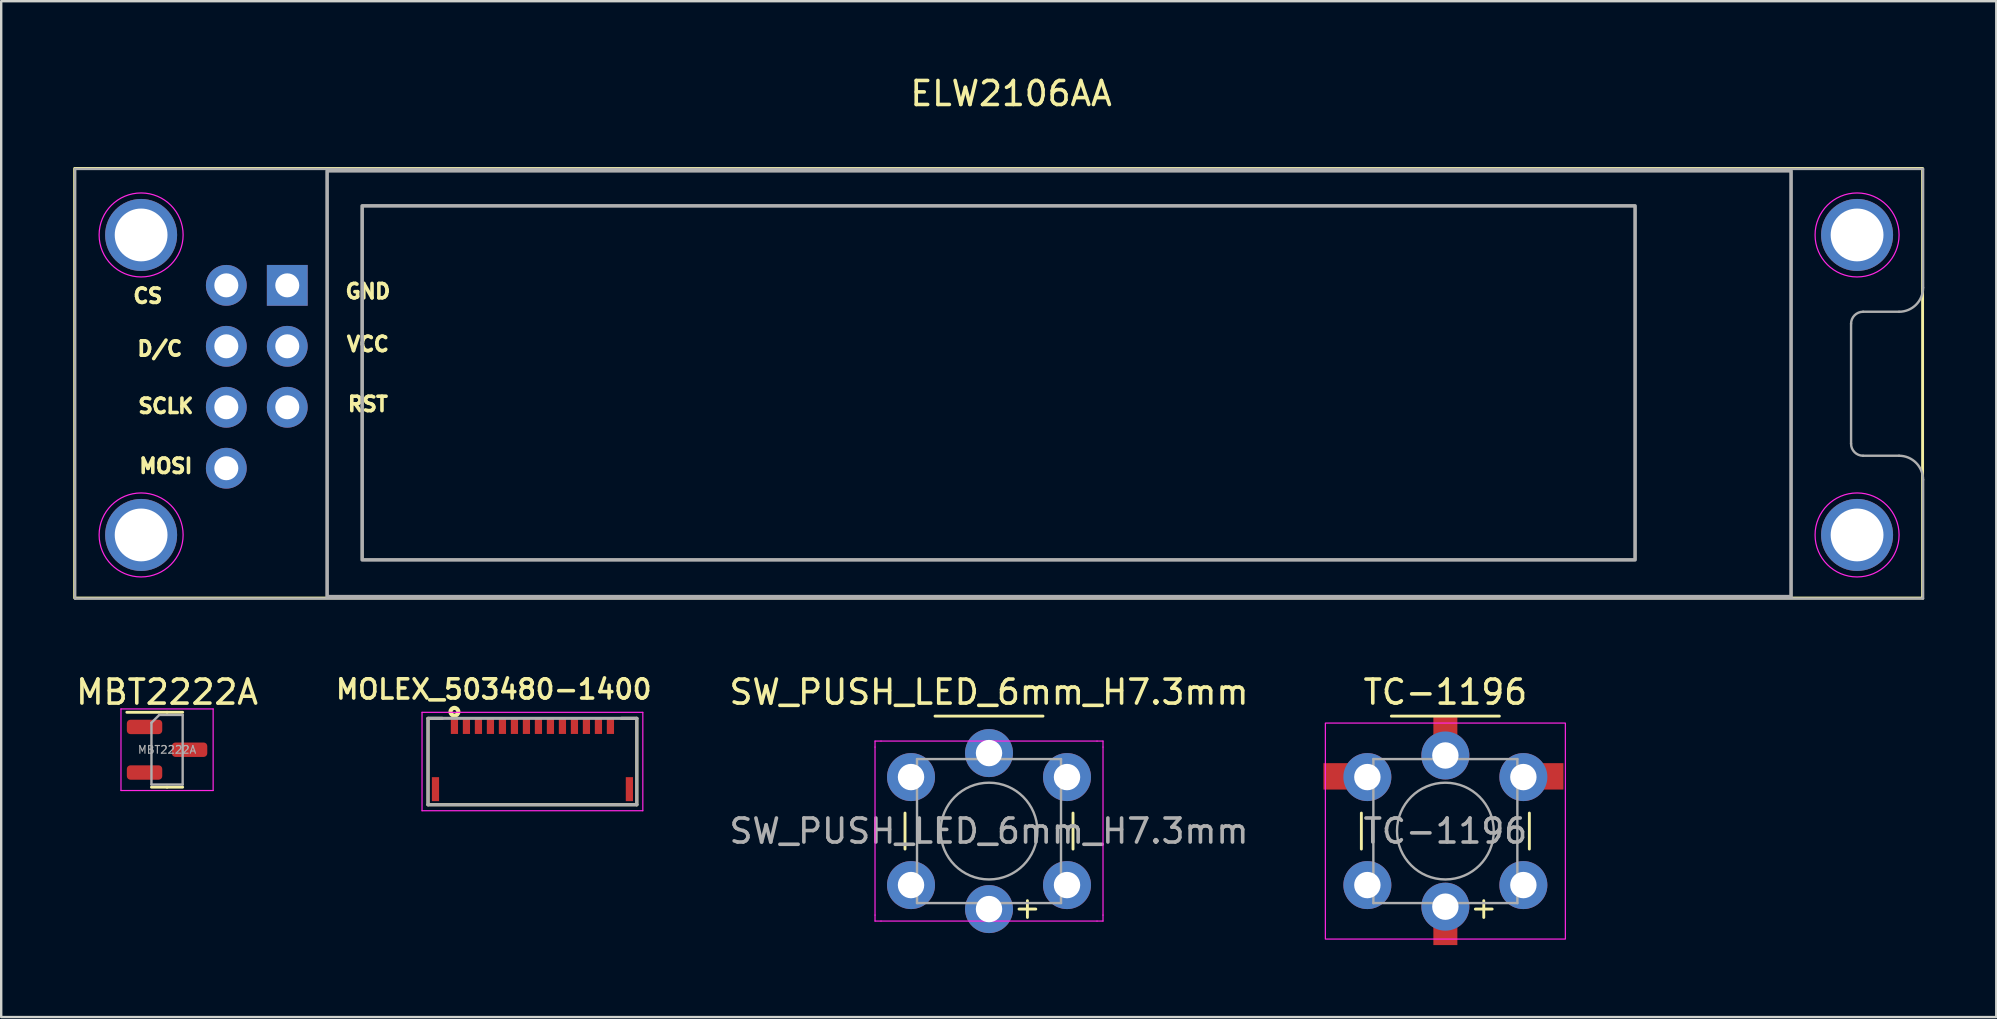
<source format=kicad_pcb>
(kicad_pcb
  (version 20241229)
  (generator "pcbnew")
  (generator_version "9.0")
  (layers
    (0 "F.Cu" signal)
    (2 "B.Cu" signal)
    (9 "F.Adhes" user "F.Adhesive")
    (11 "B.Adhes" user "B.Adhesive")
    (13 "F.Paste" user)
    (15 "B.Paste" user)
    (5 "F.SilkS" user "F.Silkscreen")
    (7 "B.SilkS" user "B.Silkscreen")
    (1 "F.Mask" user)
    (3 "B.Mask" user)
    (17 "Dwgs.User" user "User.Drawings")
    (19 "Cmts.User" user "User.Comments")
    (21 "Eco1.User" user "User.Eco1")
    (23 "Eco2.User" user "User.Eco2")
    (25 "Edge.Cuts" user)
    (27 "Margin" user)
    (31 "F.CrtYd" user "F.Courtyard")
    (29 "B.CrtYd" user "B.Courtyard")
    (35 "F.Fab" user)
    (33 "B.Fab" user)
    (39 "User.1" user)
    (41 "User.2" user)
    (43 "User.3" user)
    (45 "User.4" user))
  (footprint "ELW2106AA"
    (layer "F.Cu")
    (at 38.56 3.99)
    (property "Reference" "ELW2106AA" (at 0.52 -3.142 0) (layer "F.SilkS") (effects (font (size 1 1) (thickness 0.15))))
    (attr through_hole)
    (fp_rect (start -38.5 -0.022) (end 38.5 17.878) (stroke (width 0.12) (type solid)) (fill no) (layer "F.SilkS"))
    (fp_circle (center -35.73 2.75) (end -33.98 2.75) (stroke (width 0.05) (type solid)) (fill no) (layer "F.CrtYd"))
    (fp_circle (center -35.73 15.25) (end -33.98 15.25) (stroke (width 0.05) (type solid)) (fill no) (layer "F.CrtYd"))
    (fp_circle (center 35.77 2.75) (end 37.52 2.75) (stroke (width 0.05) (type solid)) (fill no) (layer "F.CrtYd"))
    (fp_circle (center 35.77 15.25) (end 37.52 15.25) (stroke (width 0.05) (type solid)) (fill no) (layer "F.CrtYd"))
    (fp_line (start -38.48 0) (end 38.52 0) (stroke (width 0.1) (type solid)) (layer "F.Fab"))
    (fp_line (start -38.48 17.9) (end -38.48 0) (stroke (width 0.1) (type solid)) (layer "F.Fab"))
    (fp_line (start 35.52 6.45) (end 35.52 11.45) (stroke (width 0.1) (type solid)) (layer "F.Fab"))
    (fp_line (start 36.02 5.95) (end 37.52 5.95) (stroke (width 0.1) (type solid)) (layer "F.Fab"))
    (fp_line (start 36.02 11.95) (end 37.52 11.95) (stroke (width 0.1) (type solid)) (layer "F.Fab"))
    (fp_line (start 38.52 4.95) (end 38.52 0) (stroke (width 0.1) (type solid)) (layer "F.Fab"))
    (fp_line (start 38.52 17.9) (end -38.48 17.9) (stroke (width 0.1) (type solid)) (layer "F.Fab"))
    (fp_line (start 38.52 17.9) (end 38.52 12.95) (stroke (width 0.1) (type solid)) (layer "F.Fab"))
    (fp_rect (start 26.52 16.288) (end -26.52 1.538) (stroke (width 0.15) (type solid)) (fill no) (layer "F.Fab"))
    (fp_rect (start 33.02 17.822) (end -27.98 0.078) (stroke (width 0.15) (type solid)) (fill no) (layer "F.Fab"))
    (fp_arc (start 35.52 6.45) (mid 35.666447 6.096447) (end 36.02 5.95) (stroke (width 0.1) (type solid)) (layer "F.Fab"))
    (fp_arc (start 36.02 11.95) (mid 35.666447 11.803553) (end 35.52 11.45) (stroke (width 0.1) (type solid)) (layer "F.Fab"))
    (fp_arc (start 37.52 11.95) (mid 38.227106 12.242894) (end 38.52 12.95) (stroke (width 0.1) (type solid)) (layer "F.Fab"))
    (fp_arc (start 38.52 4.95) (mid 38.227106 5.657106) (end 37.52 5.95) (stroke (width 0.1) (type solid)) (layer "F.Fab"))
    (fp_text user "VCC" (at -26.28 7.3 0) (layer "F.SilkS") (effects (font (size 0.6 0.6) (thickness 0.25))))
    (fp_text user "RST" (at -26.28 9.8 0) (layer "F.SilkS") (effects (font (size 0.6 0.6) (thickness 0.25))))
    (fp_text user "GND" (at -26.28 5.1 0) (layer "F.SilkS") (effects (font (size 0.6 0.6) (thickness 0.25))))
    (fp_text user "CS" (at -35.45 5.29 0) (layer "F.SilkS") (effects (font (size 0.6 0.6) (thickness 0.25))))
    (fp_text user "SCLK\n" (at -34.7 9.878 0) (layer "F.SilkS") (effects (font (size 0.6 0.6) (thickness 0.25))))
    (fp_text user "D/C\n" (at -34.95 7.49 0) (layer "F.SilkS") (effects (font (size 0.6 0.6) (thickness 0.25))))
    (fp_text user "MOSI\n" (at -34.7 12.378 0) (layer "F.SilkS") (effects (font (size 0.6 0.6) (thickness 0.25))))
    (pad "" np_thru_hole circle (at -35.73 2.75 180) (size 3 3) (drill 2.2) (layers "*.Cu" "*.Mask"))
    (pad "" np_thru_hole circle (at -35.73 15.25 180) (size 3 3) (drill 2.2) (layers "*.Cu" "*.Mask"))
    (pad "" np_thru_hole circle (at 35.77 2.75 180) (size 3 3) (drill 2.2) (layers "*.Cu" "*.Mask"))
    (pad "" np_thru_hole circle (at 35.77 15.25 180) (size 3 3) (drill 2.2) (layers "*.Cu" "*.Mask"))
    (pad "1" thru_hole rect (at -29.64 4.85) (size 1.7 1.7) (drill 1) (layers "*.Cu" "*.Mask"))
    (pad "2" thru_hole oval (at -29.64 7.39) (size 1.7 1.7) (drill 1) (layers "*.Cu" "*.Mask"))
    (pad "3" thru_hole oval (at -29.64 9.93) (size 1.7 1.7) (drill 1) (layers "*.Cu" "*.Mask"))
    (pad "4" thru_hole oval (at -32.18 4.85) (size 1.7 1.7) (drill 1) (layers "*.Cu" "*.Mask"))
    (pad "5" thru_hole oval (at -32.18 7.39) (size 1.7 1.7) (drill 1) (layers "*.Cu" "*.Mask"))
    (pad "6" thru_hole oval (at -32.18 9.93) (size 1.7 1.7) (drill 1) (layers "*.Cu" "*.Mask"))
    (pad "7" thru_hole oval (at -32.18 12.47) (size 1.7 1.7) (drill 1) (layers "*.Cu" "*.Mask")))
  (footprint "MBT2222A"
    (layer "F.Cu")
    (at 3.911 28.189)
    (property "Reference" "MBT2222A" (at 0 -2.4 0) (layer "F.SilkS") (effects (font (size 1 1) (thickness 0.15))))
    (attr smd)
    (fp_line (start 0 -1.56) (end -1.675 -1.56) (stroke (width 0.12) (type solid)) (layer "F.SilkS"))
    (fp_line (start 0 -1.56) (end 0.65 -1.56) (stroke (width 0.12) (type solid)) (layer "F.SilkS"))
    (fp_line (start 0 1.56) (end -0.65 1.56) (stroke (width 0.12) (type solid)) (layer "F.SilkS"))
    (fp_line (start 0 1.56) (end 0.65 1.56) (stroke (width 0.12) (type solid)) (layer "F.SilkS"))
    (fp_line (start -1.92 -1.7) (end -1.92 1.7) (stroke (width 0.05) (type solid)) (layer "F.CrtYd"))
    (fp_line (start -1.92 1.7) (end 1.92 1.7) (stroke (width 0.05) (type solid)) (layer "F.CrtYd"))
    (fp_line (start 1.92 -1.7) (end -1.92 -1.7) (stroke (width 0.05) (type solid)) (layer "F.CrtYd"))
    (fp_line (start 1.92 1.7) (end 1.92 -1.7) (stroke (width 0.05) (type solid)) (layer "F.CrtYd"))
    (fp_line (start -0.65 -1.125) (end -0.325 -1.45) (stroke (width 0.1) (type solid)) (layer "F.Fab"))
    (fp_line (start -0.65 1.45) (end -0.65 -1.125) (stroke (width 0.1) (type solid)) (layer "F.Fab"))
    (fp_line (start -0.325 -1.45) (end 0.65 -1.45) (stroke (width 0.1) (type solid)) (layer "F.Fab"))
    (fp_line (start 0.65 -1.45) (end 0.65 1.45) (stroke (width 0.1) (type solid)) (layer "F.Fab"))
    (fp_line (start 0.65 1.45) (end -0.65 1.45) (stroke (width 0.1) (type solid)) (layer "F.Fab"))
    (fp_text user "${REFERENCE}" (at 0 0 0) (layer "F.Fab") (effects (font (size 0.32 0.32) (thickness 0.05))))
    (pad "1" smd roundrect (at -0.938 0.95) (size 1.475 0.6) (layers "F.Cu" "F.Mask" "F.Paste") (roundrect_rratio 0.25))
    (pad "2" smd roundrect (at -0.938 -0.95) (size 1.475 0.6) (layers "F.Cu" "F.Mask" "F.Paste") (roundrect_rratio 0.25))
    (pad "3" smd roundrect (at 0.938 0) (size 1.475 0.6) (layers "F.Cu" "F.Mask" "F.Paste") (roundrect_rratio 0.25)))
  (footprint "TC-1196"
    (layer "F.Cu")
    (at 57.175 31.579)
    (property "Reference" "TC-1196" (at 0 -5.79 0) (layer "F.SilkS") (effects (font (size 1 1) (thickness 0.15))))
    (attr through_hole)
    (fp_line (start -3.5 -0.75) (end -3.5 0.75) (stroke (width 0.12) (type solid)) (layer "F.SilkS"))
    (fp_line (start 1.25 3.25) (end 1.95 3.25) (stroke (width 0.12) (type solid)) (layer "F.SilkS"))
    (fp_line (start 1.6 3.6) (end 1.6 2.9) (stroke (width 0.12) (type solid)) (layer "F.SilkS"))
    (fp_line (start 2.25 -4.79) (end -2.25 -4.79) (stroke (width 0.12) (type solid)) (layer "F.SilkS"))
    (fp_line (start 3.5 0.75) (end 3.5 -0.75) (stroke (width 0.12) (type solid)) (layer "F.SilkS"))
    (fp_poly (pts (xy -5 -4.5) (xy -5 4.5) (xy 5 4.5) (xy 5 -4.5)) (stroke (width 0.05) (type solid)) (fill no) (layer "F.CrtYd"))
    (fp_line (start -3 3) (end -3 -3) (stroke (width 0.1) (type solid)) (layer "F.Fab"))
    (fp_line (start 3 -3) (end -3 -3) (stroke (width 0.1) (type solid)) (layer "F.Fab"))
    (fp_line (start 3 -3) (end 3 3) (stroke (width 0.1) (type solid)) (layer "F.Fab"))
    (fp_line (start 3 3) (end -3 3) (stroke (width 0.1) (type solid)) (layer "F.Fab"))
    (fp_circle (center 0 0) (end -2 0.25) (stroke (width 0.1) (type solid)) (fill no) (layer "F.Fab"))
    (fp_text user "${REFERENCE}" (at 0 0 0) (layer "F.Fab") (effects (font (size 1 1) (thickness 0.15))))
    (pad "1" smd rect (at -4.18 -2.28 180) (size 1.8 1.1) (layers "F.Cu" "F.Mask" "F.Paste"))
    (pad "1" thru_hole circle (at -3.25 -2.25 90) (size 2 2) (drill 1.1) (layers "*.Cu" "*.Mask"))
    (pad "1" thru_hole circle (at 3.25 -2.25 90) (size 2 2) (drill 1.1) (layers "*.Cu" "*.Mask"))
    (pad "2" thru_hole circle (at -3.25 2.25 90) (size 2 2) (drill 1.1) (layers "*.Cu" "*.Mask"))
    (pad "2" thru_hole circle (at 3.25 2.25 90) (size 2 2) (drill 1.1) (layers "*.Cu" "*.Mask"))
    (pad "2" smd rect (at 4.02 -2.28 180) (size 1.8 1.1) (layers "F.Cu" "F.Mask" "F.Paste"))
    (pad "3" smd rect (at 0 -4.25 90) (size 1 1) (layers "F.Cu" "F.Mask" "F.Paste"))
    (pad "3" thru_hole circle (at 0 -3.15 90) (size 2 2) (drill 1.1) (layers "*.Cu" "*.Mask"))
    (pad "4" thru_hole circle (at 0 3.15 90) (size 2 2) (drill 1.1) (layers "*.Cu" "*.Mask"))
    (pad "4" smd rect (at 0 4.25 90) (size 1 1) (layers "F.Cu" "F.Mask" "F.Paste")))
  (footprint "SW_PUSH_LED_6mm_H7.3mm"
    (layer "F.Cu")
    (at 34.91 29.329)
    (property "Reference" "SW_PUSH_LED_6mm_H7.3mm" (at 3.25 -3.54 0) (layer "F.SilkS") (effects (font (size 1 1) (thickness 0.15))))
    (attr through_hole)
    (fp_line (start -0.25 1.5) (end -0.25 3) (stroke (width 0.12) (type solid)) (layer "F.SilkS"))
    (fp_line (start 4.5 5.5) (end 5.2 5.5) (stroke (width 0.12) (type solid)) (layer "F.SilkS"))
    (fp_line (start 4.85 5.85) (end 4.85 5.15) (stroke (width 0.12) (type solid)) (layer "F.SilkS"))
    (fp_line (start 5.5 -2.54) (end 1 -2.54) (stroke (width 0.12) (type solid)) (layer "F.SilkS"))
    (fp_line (start 6.75 3) (end 6.75 1.5) (stroke (width 0.12) (type solid)) (layer "F.SilkS"))
    (fp_line (start -1.5 -1.5) (end -1.25 -1.5) (stroke (width 0.05) (type solid)) (layer "F.CrtYd"))
    (fp_line (start -1.5 -1.25) (end -1.5 -1.5) (stroke (width 0.05) (type solid)) (layer "F.CrtYd"))
    (fp_line (start -1.5 5.75) (end -1.5 -1.25) (stroke (width 0.05) (type solid)) (layer "F.CrtYd"))
    (fp_line (start -1.5 5.75) (end -1.5 6) (stroke (width 0.05) (type solid)) (layer "F.CrtYd"))
    (fp_line (start -1.5 6) (end -1.25 6) (stroke (width 0.05) (type solid)) (layer "F.CrtYd"))
    (fp_line (start -1.25 -1.5) (end 7.75 -1.5) (stroke (width 0.05) (type solid)) (layer "F.CrtYd"))
    (fp_line (start 7.75 -1.5) (end 8 -1.5) (stroke (width 0.05) (type solid)) (layer "F.CrtYd"))
    (fp_line (start 7.75 6) (end -1.25 6) (stroke (width 0.05) (type solid)) (layer "F.CrtYd"))
    (fp_line (start 7.75 6) (end 8 6) (stroke (width 0.05) (type solid)) (layer "F.CrtYd"))
    (fp_line (start 8 -1.5) (end 8 -1.25) (stroke (width 0.05) (type solid)) (layer "F.CrtYd"))
    (fp_line (start 8 -1.25) (end 8 5.75) (stroke (width 0.05) (type solid)) (layer "F.CrtYd"))
    (fp_line (start 8 6) (end 8 5.75) (stroke (width 0.05) (type solid)) (layer "F.CrtYd"))
    (fp_line (start 0.25 -0.75) (end 3.25 -0.75) (stroke (width 0.1) (type solid)) (layer "F.Fab"))
    (fp_line (start 0.25 5.25) (end 0.25 -0.75) (stroke (width 0.1) (type solid)) (layer "F.Fab"))
    (fp_line (start 3.25 -0.75) (end 6.25 -0.75) (stroke (width 0.1) (type solid)) (layer "F.Fab"))
    (fp_line (start 6.25 -0.75) (end 6.25 5.25) (stroke (width 0.1) (type solid)) (layer "F.Fab"))
    (fp_line (start 6.25 5.25) (end 0.25 5.25) (stroke (width 0.1) (type solid)) (layer "F.Fab"))
    (fp_circle (center 3.25 2.25) (end 1.25 2.5) (stroke (width 0.1) (type solid)) (fill no) (layer "F.Fab"))
    (fp_text user "${REFERENCE}" (at 3.25 2.25 0) (layer "F.Fab") (effects (font (size 1 1) (thickness 0.15))))
    (pad "1" thru_hole circle (at 0 0 90) (size 2 2) (drill 1.1) (layers "*.Cu" "*.Mask"))
    (pad "1" thru_hole circle (at 6.5 0 90) (size 2 2) (drill 1.1) (layers "*.Cu" "*.Mask"))
    (pad "2" thru_hole circle (at 0 4.5 90) (size 2 2) (drill 1.1) (layers "*.Cu" "*.Mask"))
    (pad "2" thru_hole circle (at 6.5 4.5 90) (size 2 2) (drill 1.1) (layers "*.Cu" "*.Mask"))
    (pad "3" thru_hole circle (at 3.25 -1 90) (size 2 2) (drill 1.1) (layers "*.Cu" "*.Mask"))
    (pad "4" thru_hole circle (at 3.25 5.5 90) (size 2 2) (drill 1.1) (layers "*.Cu" "*.Mask")))
  (footprint "MOLEX_503480-1400"
    (layer "F.Cu")
    (at 19.135 28.682)
    (property "Reference" "MOLEX_503480-1400" (at -1.611 -3.01 0) (layer "F.SilkS") (effects (font (size 0.801 0.801) (thickness 0.15))))
    (attr through_hole)
    (fp_line (start -4.35 -1.8) (end -4.35 1.8) (stroke (width 0.127) (type solid)) (layer "F.SilkS"))
    (fp_line (start -4.35 1.8) (end 4.35 1.8) (stroke (width 0.127) (type solid)) (layer "F.SilkS"))
    (fp_line (start -3.75 -1.8) (end -4.35 -1.8) (stroke (width 0.127) (type solid)) (layer "F.SilkS"))
    (fp_line (start 3.7 -1.8) (end 4.35 -1.8) (stroke (width 0.127) (type solid)) (layer "F.SilkS"))
    (fp_line (start 4.35 -1.8) (end 4.35 1.8) (stroke (width 0.127) (type solid)) (layer "F.SilkS"))
    (fp_circle (center -3.25 -2.073) (end -3.175 -2.073) (stroke (width 0.175) (type solid)) (fill no) (layer "F.SilkS"))
    (fp_line (start -4.6 -2.05) (end 4.6 -2.05) (stroke (width 0.05) (type solid)) (layer "F.CrtYd"))
    (fp_line (start -4.6 2.05) (end -4.6 -2.05) (stroke (width 0.05) (type solid)) (layer "F.CrtYd"))
    (fp_line (start 4.6 -2.05) (end 4.6 2.05) (stroke (width 0.05) (type solid)) (layer "F.CrtYd"))
    (fp_line (start 4.6 2.05) (end -4.6 2.05) (stroke (width 0.05) (type solid)) (layer "F.CrtYd"))
    (fp_line (start -4.35 -1.8) (end 4.35 -1.8) (stroke (width 0.127) (type solid)) (layer "F.Fab"))
    (fp_line (start -4.35 1.8) (end -4.35 -1.8) (stroke (width 0.127) (type solid)) (layer "F.Fab"))
    (fp_line (start 4.35 -1.8) (end 4.35 1.8) (stroke (width 0.127) (type solid)) (layer "F.Fab"))
    (fp_line (start 4.35 1.8) (end -4.35 1.8) (stroke (width 0.127) (type solid)) (layer "F.Fab"))
    (pad "1" smd rect (at -3.25 -1.5) (size 0.3 0.7) (layers "F.Cu" "F.Mask" "F.Paste"))
    (pad "2" smd rect (at -2.75 -1.5) (size 0.3 0.7) (layers "F.Cu" "F.Mask" "F.Paste"))
    (pad "3" smd rect (at -2.25 -1.5) (size 0.3 0.7) (layers "F.Cu" "F.Mask" "F.Paste"))
    (pad "4" smd rect (at -1.75 -1.5) (size 0.3 0.7) (layers "F.Cu" "F.Mask" "F.Paste"))
    (pad "5" smd rect (at -1.25 -1.5) (size 0.3 0.7) (layers "F.Cu" "F.Mask" "F.Paste"))
    (pad "6" smd rect (at -0.75 -1.5) (size 0.3 0.7) (layers "F.Cu" "F.Mask" "F.Paste"))
    (pad "7" smd rect (at -0.25 -1.5) (size 0.3 0.7) (layers "F.Cu" "F.Mask" "F.Paste"))
    (pad "8" smd rect (at 0.25 -1.5) (size 0.3 0.7) (layers "F.Cu" "F.Mask" "F.Paste"))
    (pad "9" smd rect (at 0.75 -1.5) (size 0.3 0.7) (layers "F.Cu" "F.Mask" "F.Paste"))
    (pad "10" smd rect (at 1.25 -1.5) (size 0.3 0.7) (layers "F.Cu" "F.Mask" "F.Paste"))
    (pad "11" smd rect (at 1.75 -1.5) (size 0.3 0.7) (layers "F.Cu" "F.Mask" "F.Paste"))
    (pad "12" smd rect (at 2.25 -1.5) (size 0.3 0.7) (layers "F.Cu" "F.Mask" "F.Paste"))
    (pad "13" smd rect (at 2.75 -1.5) (size 0.3 0.7) (layers "F.Cu" "F.Mask" "F.Paste"))
    (pad "14" smd rect (at 3.25 -1.5) (size 0.3 0.7) (layers "F.Cu" "F.Mask" "F.Paste"))
    (pad "S1" smd rect (at -4.04 1.15) (size 0.3 1) (layers "F.Cu" "F.Mask" "F.Paste"))
    (pad "S2" smd rect (at 4.04 1.15) (size 0.3 1) (layers "F.Cu" "F.Mask" "F.Paste")))
  (gr_rect
    (start -3 -3)
    (end 80.13 39.329)
    (stroke (width 0.1) (type default))
    (fill no)
    (layer "Edge.Cuts")))
</source>
